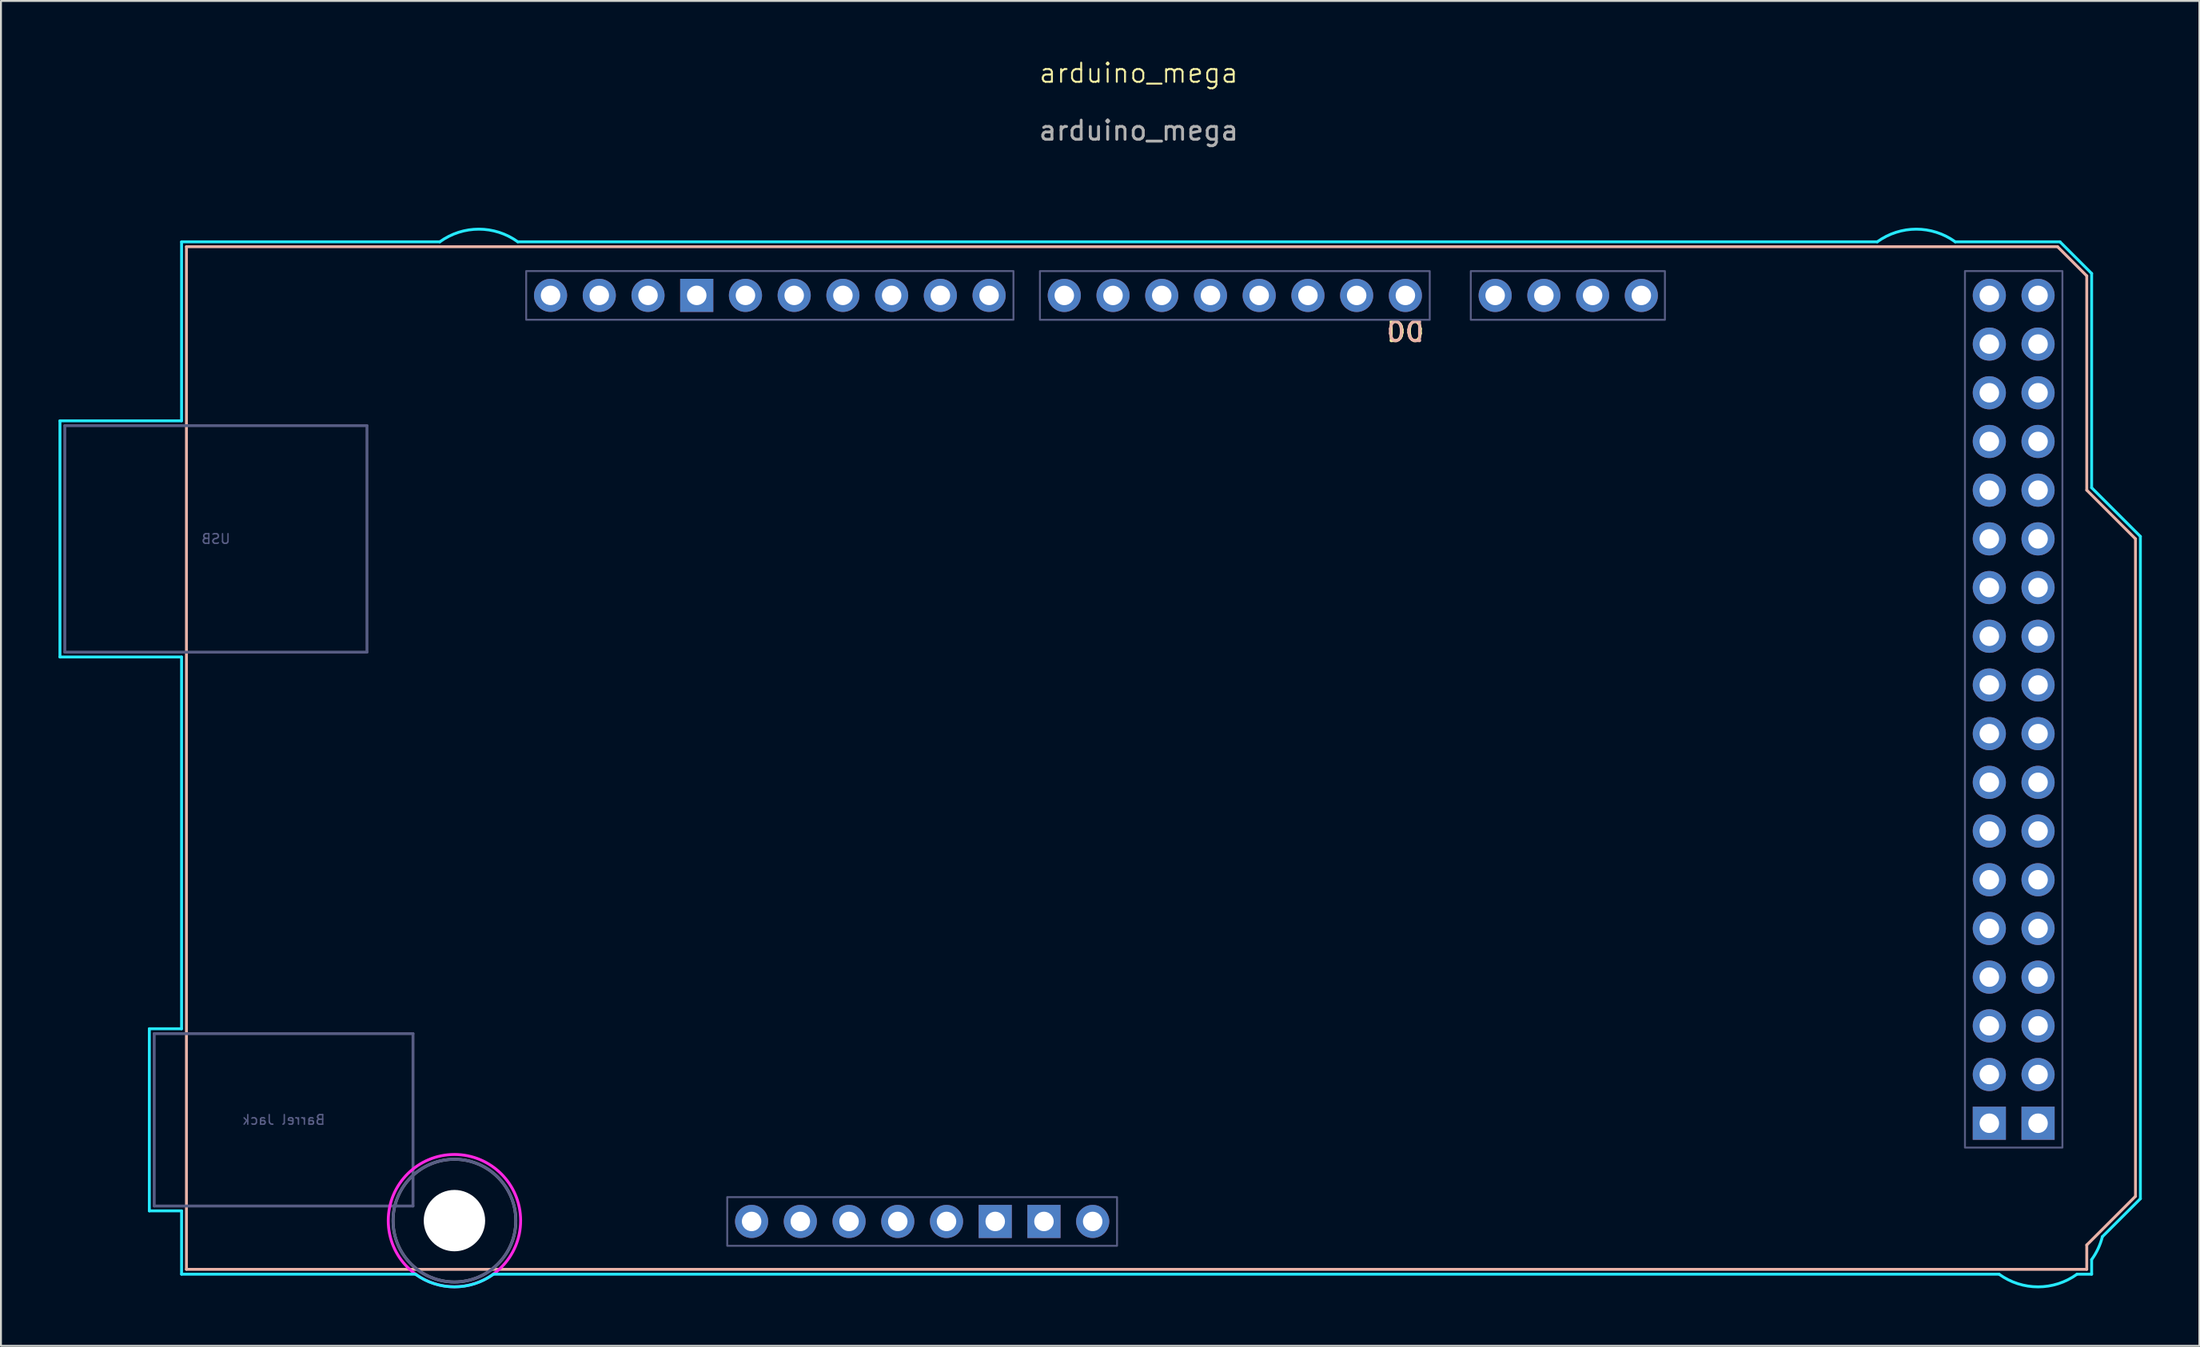
<source format=kicad_pcb>
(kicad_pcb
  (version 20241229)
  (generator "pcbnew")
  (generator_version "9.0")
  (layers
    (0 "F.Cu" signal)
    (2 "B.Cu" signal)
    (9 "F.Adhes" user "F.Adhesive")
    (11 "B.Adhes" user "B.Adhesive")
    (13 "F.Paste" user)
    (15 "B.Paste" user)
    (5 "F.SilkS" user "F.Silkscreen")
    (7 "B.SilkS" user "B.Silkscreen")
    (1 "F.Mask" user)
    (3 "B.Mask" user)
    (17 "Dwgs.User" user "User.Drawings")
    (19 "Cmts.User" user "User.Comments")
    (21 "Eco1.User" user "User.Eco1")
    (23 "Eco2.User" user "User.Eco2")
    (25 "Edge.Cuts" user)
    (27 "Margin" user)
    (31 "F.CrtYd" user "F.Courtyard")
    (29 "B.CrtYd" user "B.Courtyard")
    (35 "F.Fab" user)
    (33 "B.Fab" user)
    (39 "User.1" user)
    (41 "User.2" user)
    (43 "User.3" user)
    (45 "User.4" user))
  (footprint "arduino_mega"
    (layer "F.Cu")
    (at 56.309 1.26)
    (property "Reference" "arduino_mega" (at 0 -0.5 0) (unlocked yes) (layer "F.SilkS") (effects (font (size 1 1) (thickness 0.1))))
    (attr through_hole)
    (fp_line (start -49.64 8.557) (end -49.64 61.897) (stroke (width 0.15) (type solid)) (layer "B.SilkS"))
    (fp_line (start -49.64 8.557) (end 47.896 8.557) (stroke (width 0.15) (type solid)) (layer "B.SilkS"))
    (fp_line (start -49.64 61.897) (end 49.42 61.897) (stroke (width 0.15) (type solid)) (layer "B.SilkS"))
    (fp_line (start 47.896 8.557) (end 49.42 10.081) (stroke (width 0.15) (type solid)) (layer "B.SilkS"))
    (fp_line (start 49.42 21.257) (end 49.42 10.081) (stroke (width 0.15) (type solid)) (layer "B.SilkS"))
    (fp_line (start 49.42 60.627) (end 51.96 58.087) (stroke (width 0.15) (type solid)) (layer "B.SilkS"))
    (fp_line (start 49.42 61.897) (end 49.42 60.627) (stroke (width 0.15) (type solid)) (layer "B.SilkS"))
    (fp_line (start 51.96 23.797) (end 49.42 21.257) (stroke (width 0.15) (type solid)) (layer "B.SilkS"))
    (fp_line (start 51.96 58.087) (end 51.96 23.797) (stroke (width 0.15) (type solid)) (layer "B.SilkS"))
    (fp_line (start -56.234 17.64) (end -49.894 17.64) (stroke (width 0.15) (type solid)) (layer "B.CrtYd"))
    (fp_line (start -56.234 29.958) (end -56.234 17.64) (stroke (width 0.15) (type solid)) (layer "B.CrtYd"))
    (fp_line (start -51.574 49.35) (end -51.574 58.849) (stroke (width 0.15) (type solid)) (layer "B.CrtYd"))
    (fp_line (start -51.574 49.35) (end -49.894 49.35) (stroke (width 0.15) (type solid)) (layer "B.CrtYd"))
    (fp_line (start -51.574 58.849) (end -49.894 58.849) (stroke (width 0.15) (type solid)) (layer "B.CrtYd"))
    (fp_line (start -49.894 8.303) (end -49.894 17.64) (stroke (width 0.15) (type solid)) (layer "B.CrtYd"))
    (fp_line (start -49.894 29.958) (end -56.234 29.958) (stroke (width 0.15) (type solid)) (layer "B.CrtYd"))
    (fp_line (start -49.894 29.958) (end -49.894 49.35) (stroke (width 0.15) (type solid)) (layer "B.CrtYd"))
    (fp_line (start -49.894 58.849) (end -49.894 62.151) (stroke (width 0.15) (type solid)) (layer "B.CrtYd"))
    (fp_line (start -37.702 62.151) (end -49.894 62.151) (stroke (width 0.15) (type solid)) (layer "B.CrtYd"))
    (fp_line (start -36.432 8.303) (end -49.894 8.303) (stroke (width 0.15) (type solid)) (layer "B.CrtYd"))
    (fp_line (start -33.638 62.151) (end 44.848 62.151) (stroke (width 0.15) (type solid)) (layer "B.CrtYd"))
    (fp_line (start -32.368 8.303) (end 38.498 8.303) (stroke (width 0.15) (type solid)) (layer "B.CrtYd"))
    (fp_line (start 48.023 8.303) (end 42.562 8.303) (stroke (width 0.15) (type solid)) (layer "B.CrtYd"))
    (fp_line (start 48.023 8.303) (end 49.674 9.954) (stroke (width 0.15) (type solid)) (layer "B.CrtYd"))
    (fp_line (start 49.674 21.13) (end 49.674 9.954) (stroke (width 0.15) (type solid)) (layer "B.CrtYd"))
    (fp_line (start 49.674 62.151) (end 48.912 62.151) (stroke (width 0.15) (type solid)) (layer "B.CrtYd"))
    (fp_line (start 49.674 62.151) (end 49.674 61.389) (stroke (width 0.15) (type solid)) (layer "B.CrtYd"))
    (fp_line (start 50.233 60.195) (end 52.214 58.214) (stroke (width 0.15) (type solid)) (layer "B.CrtYd"))
    (fp_line (start 52.214 23.67) (end 49.674 21.13) (stroke (width 0.15) (type solid)) (layer "B.CrtYd"))
    (fp_line (start 52.214 58.214) (end 52.214 23.67) (stroke (width 0.15) (type solid)) (layer "B.CrtYd"))
    (fp_arc (start -36.432 8.303193) (mid -34.4 7.642956) (end -32.368 8.303193) (stroke (width 0.15) (type solid)) (layer "B.CrtYd"))
    (fp_arc (start -33.638 62.151193) (mid -35.67 62.81143) (end -37.702 62.151193) (stroke (width 0.15) (type solid)) (layer "B.CrtYd"))
    (fp_arc (start 38.498 8.303193) (mid 40.53 7.642956) (end 42.562 8.303193) (stroke (width 0.15) (type solid)) (layer "B.CrtYd"))
    (fp_arc (start 48.912 62.151193) (mid 46.88 62.81143) (end 44.848 62.151193) (stroke (width 0.15) (type solid)) (layer "B.CrtYd"))
    (fp_arc (start 50.2328 60.195393) (mid 50.01093 60.819222) (end 49.674 61.389193) (stroke (width 0.15) (type solid)) (layer "B.CrtYd"))
    (fp_circle (center -35.67 59.357) (end -32.22 59.357) (stroke (width 0.15) (type solid)) (fill no) (layer "F.CrtYd"))
    (fp_line (start -55.98 17.894) (end -40.23 17.894) (stroke (width 0.15) (type solid)) (layer "B.Fab"))
    (fp_line (start -55.98 29.704) (end -55.98 17.894) (stroke (width 0.15) (type solid)) (layer "B.Fab"))
    (fp_line (start -55.98 29.704) (end -40.23 29.704) (stroke (width 0.15) (type solid)) (layer "B.Fab"))
    (fp_line (start -51.32 49.604) (end -51.32 58.595) (stroke (width 0.15) (type solid)) (layer "B.Fab"))
    (fp_line (start -51.32 49.604) (end -37.83 49.604) (stroke (width 0.15) (type solid)) (layer "B.Fab"))
    (fp_line (start -51.32 58.595) (end -37.83 58.595) (stroke (width 0.15) (type solid)) (layer "B.Fab"))
    (fp_line (start -40.23 29.704) (end -40.23 17.894) (stroke (width 0.15) (type solid)) (layer "B.Fab"))
    (fp_line (start -37.83 49.604) (end -37.83 58.595) (stroke (width 0.15) (type solid)) (layer "B.Fab"))
    (fp_rect (start -31.93 9.827) (end -6.53 12.367) (stroke (width 0.1) (type solid)) (fill no) (layer "B.Fab"))
    (fp_rect (start -21.45 58.13) (end -1.13 60.67) (stroke (width 0.1) (type solid)) (fill no) (layer "B.Fab"))
    (fp_rect (start -5.15 9.83) (end 15.17 12.37) (stroke (width 0.1) (type solid)) (fill no) (layer "B.Fab"))
    (fp_rect (start 17.31 9.83) (end 27.43 12.37) (stroke (width 0.1) (type solid)) (fill no) (layer "B.Fab"))
    (fp_rect (start 43.07 9.827) (end 48.15 55.547) (stroke (width 0.1) (type solid)) (fill no) (layer "B.Fab"))
    (fp_circle (center -35.67 59.357) (end -32.47 59.357) (stroke (width 0.15) (type solid)) (fill no) (layer "B.Fab"))
    (fp_circle (center -35.67 59.357) (end -32.47 59.357) (stroke (width 0.15) (type solid)) (fill no) (layer "F.Fab"))
    (fp_text user "D0" (at 13.9 13.005 0) (unlocked yes) (layer "F.SilkS") (effects (font (size 1 1) (thickness 0.15))))
    (fp_text user "D0" (at 13.9 13.005 0) (unlocked yes) (layer "B.SilkS") (effects (font (size 1 1) (thickness 0.15)) (justify mirror)))
    (fp_text user "Barrel Jack" (at -44.575 54.099 0) (layer "B.Fab") (effects (font (size 0.5 0.5) (thickness 0.075)) (justify mirror)))
    (fp_text user "USB" (at -48.105 23.799 0) (layer "B.Fab") (effects (font (size 0.5 0.5) (thickness 0.075)) (justify mirror)))
    (fp_text user "${REFERENCE}" (at 0 2.5 0) (unlocked yes) (layer "F.Fab") (effects (font (size 1 1) (thickness 0.15))))
    (pad "" np_thru_hole circle (at -35.67 59.357) (size 3.2 3.2) (drill 3.2) (layers "*.Cu" "*.Mask"))
    (pad "" thru_hole oval (at -20.18 59.4) (size 1.727 1.727) (drill 1.016) (layers "*.Cu" "*.Mask"))
    (pad "3V3" thru_hole oval (at -12.56 59.4) (size 1.727 1.727) (drill 1.016) (layers "*.Cu" "*.Mask"))
    (pad "5V1" thru_hole oval (at -10.02 59.4) (size 1.727 1.727) (drill 1.016) (layers "*.Cu" "*.Mask"))
    (pad "5V3" thru_hole oval (at 44.34 11.097) (size 1.727 1.727) (drill 1.016) (layers "*.Cu" "*.Mask"))
    (pad "5V4" thru_hole oval (at 46.88 11.097) (size 1.727 1.727) (drill 1.016) (layers "*.Cu" "*.Mask"))
    (pad "AREF" thru_hole oval (at -25.58 11.097) (size 1.727 1.727) (drill 1.016) (layers "*.Cu" "*.Mask"))
    (pad "D0" thru_hole oval (at 13.9 11.1) (size 1.727 1.727) (drill 1.016) (layers "*.Cu" "*.Mask"))
    (pad "D1" thru_hole oval (at 11.36 11.1) (size 1.727 1.727) (drill 1.016) (layers "*.Cu" "*.Mask"))
    (pad "D2" thru_hole oval (at 8.82 11.1) (size 1.727 1.727) (drill 1.016) (layers "*.Cu" "*.Mask"))
    (pad "D3" thru_hole oval (at 6.28 11.1) (size 1.727 1.727) (drill 1.016) (layers "*.Cu" "*.Mask"))
    (pad "D4" thru_hole oval (at 3.74 11.1) (size 1.727 1.727) (drill 1.016) (layers "*.Cu" "*.Mask"))
    (pad "D5" thru_hole oval (at 1.2 11.1) (size 1.727 1.727) (drill 1.016) (layers "*.Cu" "*.Mask"))
    (pad "D6" thru_hole oval (at -1.34 11.1) (size 1.727 1.727) (drill 1.016) (layers "*.Cu" "*.Mask"))
    (pad "D7" thru_hole oval (at -3.88 11.1) (size 1.727 1.727) (drill 1.016) (layers "*.Cu" "*.Mask"))
    (pad "D8" thru_hole oval (at -7.8 11.097) (size 1.727 1.727) (drill 1.016) (layers "*.Cu" "*.Mask"))
    (pad "D9" thru_hole oval (at -10.34 11.097) (size 1.727 1.727) (drill 1.016) (layers "*.Cu" "*.Mask"))
    (pad "D10" thru_hole oval (at -12.88 11.097) (size 1.727 1.727) (drill 1.016) (layers "*.Cu" "*.Mask"))
    (pad "D11" thru_hole oval (at -15.42 11.097) (size 1.727 1.727) (drill 1.016) (layers "*.Cu" "*.Mask"))
    (pad "D12" thru_hole oval (at -17.96 11.097) (size 1.727 1.727) (drill 1.016) (layers "*.Cu" "*.Mask"))
    (pad "D13" thru_hole oval (at -20.5 11.097) (size 1.727 1.727) (drill 1.016) (layers "*.Cu" "*.Mask"))
    (pad "D14" thru_hole oval (at 18.58 11.1) (size 1.727 1.727) (drill 1.016) (layers "*.Cu" "*.Mask"))
    (pad "D15" thru_hole oval (at 21.12 11.1) (size 1.727 1.727) (drill 1.016) (layers "*.Cu" "*.Mask"))
    (pad "D16" thru_hole oval (at 23.66 11.1) (size 1.727 1.727) (drill 1.016) (layers "*.Cu" "*.Mask"))
    (pad "D17" thru_hole oval (at 26.2 11.1) (size 1.727 1.727) (drill 1.016) (layers "*.Cu" "*.Mask"))
    (pad "D22" thru_hole oval (at 44.34 13.637) (size 1.727 1.727) (drill 1.016) (layers "*.Cu" "*.Mask"))
    (pad "D23" thru_hole oval (at 46.88 13.637) (size 1.727 1.727) (drill 1.016) (layers "*.Cu" "*.Mask"))
    (pad "D24" thru_hole oval (at 44.34 16.177) (size 1.727 1.727) (drill 1.016) (layers "*.Cu" "*.Mask"))
    (pad "D25" thru_hole oval (at 46.88 16.177) (size 1.727 1.727) (drill 1.016) (layers "*.Cu" "*.Mask"))
    (pad "D26" thru_hole oval (at 44.34 18.717) (size 1.727 1.727) (drill 1.016) (layers "*.Cu" "*.Mask"))
    (pad "D27" thru_hole oval (at 46.88 18.717) (size 1.727 1.727) (drill 1.016) (layers "*.Cu" "*.Mask"))
    (pad "D28" thru_hole oval (at 44.34 21.257) (size 1.727 1.727) (drill 1.016) (layers "*.Cu" "*.Mask"))
    (pad "D29" thru_hole oval (at 46.88 21.257) (size 1.727 1.727) (drill 1.016) (layers "*.Cu" "*.Mask"))
    (pad "D30" thru_hole oval (at 44.34 23.797) (size 1.727 1.727) (drill 1.016) (layers "*.Cu" "*.Mask"))
    (pad "D31" thru_hole oval (at 46.88 23.797) (size 1.727 1.727) (drill 1.016) (layers "*.Cu" "*.Mask"))
    (pad "D32" thru_hole oval (at 44.34 26.337) (size 1.727 1.727) (drill 1.016) (layers "*.Cu" "*.Mask"))
    (pad "D33" thru_hole oval (at 46.88 26.337) (size 1.727 1.727) (drill 1.016) (layers "*.Cu" "*.Mask"))
    (pad "D34" thru_hole oval (at 44.34 28.877) (size 1.727 1.727) (drill 1.016) (layers "*.Cu" "*.Mask"))
    (pad "D35" thru_hole oval (at 46.88 28.877) (size 1.727 1.727) (drill 1.016) (layers "*.Cu" "*.Mask"))
    (pad "D36" thru_hole oval (at 44.34 31.417) (size 1.727 1.727) (drill 1.016) (layers "*.Cu" "*.Mask"))
    (pad "D37" thru_hole oval (at 46.88 31.417) (size 1.727 1.727) (drill 1.016) (layers "*.Cu" "*.Mask"))
    (pad "D38" thru_hole oval (at 44.34 33.957) (size 1.727 1.727) (drill 1.016) (layers "*.Cu" "*.Mask"))
    (pad "D39" thru_hole oval (at 46.88 33.957) (size 1.727 1.727) (drill 1.016) (layers "*.Cu" "*.Mask"))
    (pad "D40" thru_hole oval (at 44.34 36.497) (size 1.727 1.727) (drill 1.016) (layers "*.Cu" "*.Mask"))
    (pad "D41" thru_hole oval (at 46.88 36.497) (size 1.727 1.727) (drill 1.016) (layers "*.Cu" "*.Mask"))
    (pad "D42" thru_hole oval (at 44.34 39.037) (size 1.727 1.727) (drill 1.016) (layers "*.Cu" "*.Mask"))
    (pad "D43" thru_hole oval (at 46.88 39.037) (size 1.727 1.727) (drill 1.016) (layers "*.Cu" "*.Mask"))
    (pad "D44" thru_hole oval (at 44.34 41.577) (size 1.727 1.727) (drill 1.016) (layers "*.Cu" "*.Mask"))
    (pad "D45" thru_hole oval (at 46.88 41.577) (size 1.727 1.727) (drill 1.016) (layers "*.Cu" "*.Mask"))
    (pad "D46" thru_hole oval (at 44.34 44.117) (size 1.727 1.727) (drill 1.016) (layers "*.Cu" "*.Mask"))
    (pad "D47" thru_hole oval (at 46.88 44.117) (size 1.727 1.727) (drill 1.016) (layers "*.Cu" "*.Mask"))
    (pad "D48" thru_hole oval (at 44.34 46.657) (size 1.727 1.727) (drill 1.016) (layers "*.Cu" "*.Mask"))
    (pad "D49" thru_hole oval (at 46.88 46.657) (size 1.727 1.727) (drill 1.016) (layers "*.Cu" "*.Mask"))
    (pad "D50" thru_hole oval (at 44.34 49.197) (size 1.727 1.727) (drill 1.016) (layers "*.Cu" "*.Mask"))
    (pad "D51" thru_hole oval (at 46.88 49.197) (size 1.727 1.727) (drill 1.016) (layers "*.Cu" "*.Mask"))
    (pad "D52" thru_hole oval (at 44.34 51.737) (size 1.727 1.727) (drill 1.016) (layers "*.Cu" "*.Mask"))
    (pad "D53" thru_hole oval (at 46.88 51.737) (size 1.727 1.727) (drill 1.016) (layers "*.Cu" "*.Mask"))
    (pad "GND1" thru_hole rect (at -23.04 11.097) (size 1.727 1.727) (drill 1.016) (layers "*.Cu" "*.Mask"))
    (pad "GND2" thru_hole rect (at -7.48 59.4) (size 1.727 1.727) (drill 1.016) (layers "*.Cu" "*.Mask"))
    (pad "GND3" thru_hole rect (at -4.94 59.4) (size 1.727 1.727) (drill 1.016) (layers "*.Cu" "*.Mask"))
    (pad "GND5" thru_hole rect (at 44.34 54.277) (size 1.727 1.727) (drill 1.016) (layers "*.Cu" "*.Mask"))
    (pad "GND6" thru_hole rect (at 46.88 54.277) (size 1.727 1.727) (drill 1.016) (layers "*.Cu" "*.Mask"))
    (pad "IORF" thru_hole oval (at -17.64 59.4) (size 1.727 1.727) (drill 1.016) (layers "*.Cu" "*.Mask"))
    (pad "RST1" thru_hole oval (at -15.1 59.4) (size 1.727 1.727) (drill 1.016) (layers "*.Cu" "*.Mask"))
    (pad "SCL" thru_hole oval (at -30.66 11.097) (size 1.727 1.727) (drill 1.016) (layers "*.Cu" "*.Mask"))
    (pad "SDA" thru_hole oval (at -28.12 11.097) (size 1.727 1.727) (drill 1.016) (layers "*.Cu" "*.Mask"))
    (pad "VIN" thru_hole oval (at -2.4 59.4) (size 1.727 1.727) (drill 1.016) (layers "*.Cu" "*.Mask")))
  (gr_rect
    (start -3 -3)
    (end 111.598 67.147)
    (stroke (width 0.1) (type default))
    (fill no)
    (layer "Edge.Cuts")))
</source>
